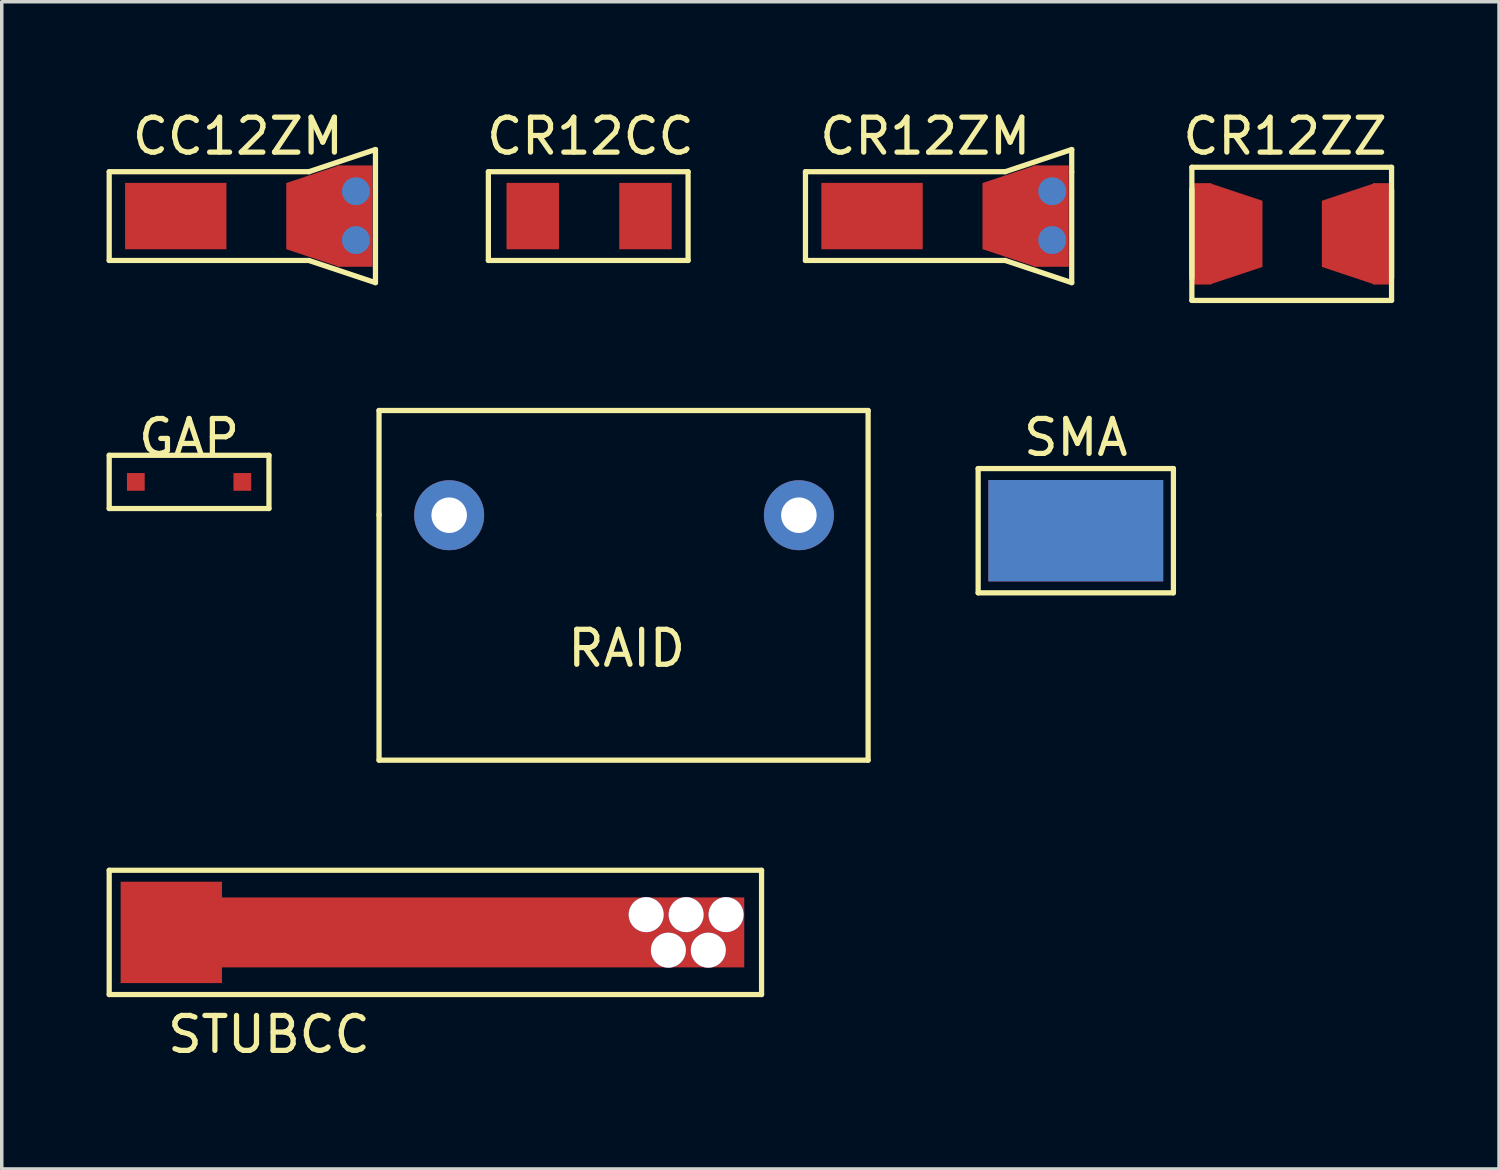
<source format=kicad_pcb>
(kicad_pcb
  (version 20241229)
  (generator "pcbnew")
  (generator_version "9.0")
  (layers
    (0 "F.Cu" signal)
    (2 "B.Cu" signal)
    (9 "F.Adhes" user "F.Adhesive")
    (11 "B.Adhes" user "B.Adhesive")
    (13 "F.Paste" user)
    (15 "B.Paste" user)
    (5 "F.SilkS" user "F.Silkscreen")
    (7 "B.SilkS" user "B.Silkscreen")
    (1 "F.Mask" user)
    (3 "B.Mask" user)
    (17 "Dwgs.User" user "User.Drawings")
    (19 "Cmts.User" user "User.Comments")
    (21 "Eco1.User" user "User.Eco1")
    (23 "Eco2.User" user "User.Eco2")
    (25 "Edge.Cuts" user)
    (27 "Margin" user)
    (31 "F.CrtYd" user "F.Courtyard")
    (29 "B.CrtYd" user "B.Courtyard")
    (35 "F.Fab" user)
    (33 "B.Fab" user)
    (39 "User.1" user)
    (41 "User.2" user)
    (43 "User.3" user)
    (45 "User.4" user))
  (footprint "CR12ZZ"
    (layer "F.Cu")
    (at 33.598 3.642)
    (property "Reference" "CR12ZZ" (at 0.127 -2.794 0) (layer "F.SilkS") (effects (font (size 1 1) (thickness 0.15))))
    (attr through_hole)
    (fp_line (start -2.54 -1.905) (end 3.175 -1.905) (stroke (width 0.15) (type solid)) (layer "F.SilkS"))
    (fp_line (start -2.54 1.27) (end -2.54 -1.27) (stroke (width 0.15) (type solid)) (layer "F.SilkS"))
    (fp_line (start -2.54 1.905) (end -2.54 -1.905) (stroke (width 0.15) (type solid)) (layer "F.SilkS"))
    (fp_line (start 3.175 -1.905) (end 3.175 1.905) (stroke (width 0.15) (type solid)) (layer "F.SilkS"))
    (fp_line (start 3.175 -1.27) (end 3.175 1.27) (stroke (width 0.15) (type solid)) (layer "F.SilkS"))
    (fp_line (start 3.175 1.905) (end -2.54 1.905) (stroke (width 0.15) (type solid)) (layer "F.SilkS"))
    (pad "1" smd rect (at -2.235 0) (size 0.5 2.901) (layers "F.Cu" "F.Mask" "F.Paste"))
    (pad "1" smd trapezoid (at -1.27 0) (size 1.501 2.393) (rect_delta 0.5 0) (layers "F.Cu" "F.Mask" "F.Paste"))
    (pad "2" smd trapezoid (at 1.93 0) (size 1.501 2.393) (rect_delta -0.5 0) (layers "F.Cu" "F.Mask" "F.Paste"))
    (pad "2" smd rect (at 2.896 0) (size 0.5 2.901) (layers "F.Cu" "F.Mask" "F.Paste")))
  (footprint "CR12ZM"
    (layer "F.Cu")
    (at 24.445 3.134)
    (property "Reference" "CR12ZM" (at -1.016 -2.286 0) (layer "F.SilkS") (effects (font (size 1 1) (thickness 0.15))))
    (attr through_hole)
    (fp_line (start -4.445 -1.27) (end -4.445 1.27) (stroke (width 0.15) (type solid)) (layer "F.SilkS"))
    (fp_line (start -4.445 -1.27) (end 1.27 -1.27) (stroke (width 0.15) (type solid)) (layer "F.SilkS"))
    (fp_line (start -4.445 1.27) (end 1.27 1.27) (stroke (width 0.15) (type solid)) (layer "F.SilkS"))
    (fp_line (start 1.27 -1.27) (end 3.175 -1.905) (stroke (width 0.15) (type solid)) (layer "F.SilkS"))
    (fp_line (start 1.27 1.27) (end 3.175 1.905) (stroke (width 0.15) (type solid)) (layer "F.SilkS"))
    (fp_line (start 3.175 -1.905) (end 3.175 -1.27) (stroke (width 0.15) (type solid)) (layer "F.SilkS"))
    (fp_line (start 3.175 1.905) (end 3.175 -1.27) (stroke (width 0.15) (type solid)) (layer "F.SilkS"))
    (pad "1" smd rect (at -2.54 0) (size 2.901 1.9) (layers "F.Cu" "F.Mask" "F.Paste"))
    (pad "2" smd trapezoid (at 1.372 0) (size 1.501 2.393) (rect_delta -0.5 0) (layers "F.Cu" "F.Mask" "F.Paste"))
    (pad "2" smd rect (at 2.591 0) (size 1.001 2.901) (layers "F.Cu" "F.Mask" "F.Paste"))
    (pad "2" thru_hole circle (at 2.616 -0.711) (size 0.8 0.8) (drill 0.000001) (layers "*.Cu" "*.Mask"))
    (pad "2" thru_hole circle (at 2.616 0.686) (size 0.8 0.8) (drill 0.000001) (layers "*.Cu" "*.Mask")))
  (footprint "STUBCC"
    (layer "F.Cu")
    (at 9.473 23.633)
    (property "Reference" "STUBCC" (at -4.826 2.921 0) (layer "F.SilkS") (effects (font (size 1 1) (thickness 0.15))))
    (attr through_hole)
    (fp_line (start -9.398 -1.778) (end -9.398 1.778) (stroke (width 0.15) (type solid)) (layer "F.SilkS"))
    (fp_line (start -9.398 1.778) (end 9.271 1.778) (stroke (width 0.15) (type solid)) (layer "F.SilkS"))
    (fp_line (start 9.271 -1.778) (end -9.398 -1.778) (stroke (width 0.15) (type solid)) (layer "F.SilkS"))
    (fp_line (start 9.271 -1.778) (end 9.271 1.778) (stroke (width 0.15) (type solid)) (layer "F.SilkS"))
    (pad "1" smd rect (at -7.62 0) (size 2.901 2.901) (layers "F.Cu" "F.Mask" "F.Paste"))
    (pad "2" smd rect (at 1.27 0) (size 15.011 2.002) (layers "F.Cu" "F.Mask" "F.Paste"))
    (pad "2" thru_hole circle (at 5.969 -0.508) (size 1.001 1.001) (drill 1.016) (layers "*.Cu" "*.Mask"))
    (pad "2" thru_hole circle (at 6.604 0.508) (size 1.001 1.001) (drill 1.016) (layers "*.Cu" "*.Mask"))
    (pad "2" thru_hole circle (at 7.112 -0.508) (size 1.001 1.001) (drill 1.016) (layers "*.Cu" "*.Mask"))
    (pad "2" thru_hole circle (at 7.747 0.508) (size 1.001 1.001) (drill 1.016) (layers "*.Cu" "*.Mask"))
    (pad "2" thru_hole circle (at 8.255 -0.508) (size 1.001 1.001) (drill 1.016) (layers "*.Cu" "*.Mask")))
  (footprint "CC12ZM"
    (layer "F.Cu")
    (at 4.52 3.134)
    (property "Reference" "CC12ZM" (at -0.762 -2.286 0) (layer "F.SilkS") (effects (font (size 1 1) (thickness 0.15))))
    (attr through_hole)
    (fp_line (start -4.445 -1.27) (end -4.445 1.27) (stroke (width 0.15) (type solid)) (layer "F.SilkS"))
    (fp_line (start -4.445 -1.27) (end 1.27 -1.27) (stroke (width 0.15) (type solid)) (layer "F.SilkS"))
    (fp_line (start -4.445 1.27) (end 1.27 1.27) (stroke (width 0.15) (type solid)) (layer "F.SilkS"))
    (fp_line (start 1.27 -1.27) (end 3.175 -1.905) (stroke (width 0.15) (type solid)) (layer "F.SilkS"))
    (fp_line (start 1.27 1.27) (end 3.175 1.905) (stroke (width 0.15) (type solid)) (layer "F.SilkS"))
    (fp_line (start 3.175 -1.905) (end 3.175 1.905) (stroke (width 0.15) (type solid)) (layer "F.SilkS"))
    (pad "1" smd rect (at -2.54 0) (size 2.901 1.9) (layers "F.Cu" "F.Mask" "F.Paste"))
    (pad "2" smd trapezoid (at 1.372 0) (size 1.501 2.393) (rect_delta -0.5 0) (layers "F.Cu" "F.Mask" "F.Paste"))
    (pad "2" smd rect (at 2.591 0) (size 1.001 2.901) (layers "F.Cu" "F.Mask" "F.Paste"))
    (pad "2" thru_hole circle (at 2.616 -0.711) (size 0.8 0.8) (drill 0.000001) (layers "*.Cu" "*.Mask"))
    (pad "2" thru_hole circle (at 2.616 0.686) (size 0.8 0.8) (drill 0.000001) (layers "*.Cu" "*.Mask")))
  (footprint "CR12CC"
    (layer "F.Cu")
    (at 13.466 3.134)
    (property "Reference" "CR12CC" (at 0.381 -2.286 0) (layer "F.SilkS") (effects (font (size 1 1) (thickness 0.15))))
    (attr through_hole)
    (fp_line (start -2.54 -1.27) (end 3.175 -1.27) (stroke (width 0.15) (type solid)) (layer "F.SilkS"))
    (fp_line (start -2.54 1.27) (end -2.54 -1.27) (stroke (width 0.15) (type solid)) (layer "F.SilkS"))
    (fp_line (start 3.175 -1.27) (end 3.175 1.27) (stroke (width 0.15) (type solid)) (layer "F.SilkS"))
    (fp_line (start 3.175 1.27) (end -2.54 1.27) (stroke (width 0.15) (type solid)) (layer "F.SilkS"))
    (pad "1" smd rect (at -1.27 0) (size 1.501 1.9) (layers "F.Cu" "F.Mask" "F.Paste"))
    (pad "2" smd rect (at 1.956 0) (size 1.501 1.9) (layers "F.Cu" "F.Mask" "F.Paste")))
  (footprint "SMA"
    (layer "F.Cu")
    (at 27.736 12.137)
    (property "Reference" "SMA" (at 0 -2.667 0) (layer "F.SilkS") (effects (font (size 1 1) (thickness 0.15))))
    (attr through_hole)
    (fp_line (start -2.794 -1.778) (end 2.794 -1.778) (stroke (width 0.15) (type solid)) (layer "F.SilkS"))
    (fp_line (start -2.794 1.778) (end -2.794 -1.778) (stroke (width 0.15) (type solid)) (layer "F.SilkS"))
    (fp_line (start 2.794 -1.778) (end 2.794 1.778) (stroke (width 0.15) (type solid)) (layer "F.SilkS"))
    (fp_line (start 2.794 1.778) (end -2.794 1.778) (stroke (width 0.15) (type solid)) (layer "F.SilkS"))
    (pad "1" smd rect (at 0 0) (size 5.004 2.901) (layers "F.Cu" "F.Mask" "F.Paste"))
    (pad "2" smd rect (at 0 0) (size 5.004 2.901) (layers "F.Mask" "B.Cu" "F.Paste")))
  (footprint "RAID"
    (layer "F.Cu")
    (at 15.519 13.599)
    (property "Reference" "RAID" (at -0.635 1.905 0) (layer "F.SilkS") (effects (font (size 1 1) (thickness 0.15))))
    (attr through_hole)
    (fp_line (start -7.722 -4.902) (end 6.274 -4.902) (stroke (width 0.15) (type solid)) (layer "F.SilkS"))
    (fp_line (start -7.722 -1.905) (end -7.722 -4.902) (stroke (width 0.15) (type solid)) (layer "F.SilkS"))
    (fp_line (start -7.722 5.105) (end -7.722 -1.93) (stroke (width 0.15) (type solid)) (layer "F.SilkS"))
    (fp_line (start 6.274 -4.902) (end 6.274 5.105) (stroke (width 0.15) (type solid)) (layer "F.SilkS"))
    (fp_line (start 6.274 5.105) (end -7.722 5.105) (stroke (width 0.15) (type solid)) (layer "F.SilkS"))
    (pad "" thru_hole circle (at -5.715 -1.905) (size 2.002 2.002) (drill 1.016) (layers "*.Cu" "*.Mask"))
    (pad "" thru_hole circle (at 4.293 -1.905) (size 2.002 2.002) (drill 1.016) (layers "*.Cu" "*.Mask")))
  (footprint "GAP"
    (layer "F.Cu")
    (at 2.361 10.741)
    (property "Reference" "GAP" (at 0 -1.27 0) (layer "F.SilkS") (effects (font (size 1 1) (thickness 0.15))))
    (attr through_hole)
    (fp_line (start -2.286 -0.762) (end 2.286 -0.762) (stroke (width 0.15) (type solid)) (layer "F.SilkS"))
    (fp_line (start -2.286 0.762) (end -2.286 -0.762) (stroke (width 0.15) (type solid)) (layer "F.SilkS"))
    (fp_line (start 2.286 -0.762) (end 2.286 0.762) (stroke (width 0.15) (type solid)) (layer "F.SilkS"))
    (fp_line (start 2.286 0.762) (end -2.286 0.762) (stroke (width 0.15) (type solid)) (layer "F.SilkS"))
    (pad "1" smd rect (at -1.524 0) (size 0.508 0.508) (layers "F.Cu" "F.Mask" "F.Paste"))
    (pad "2" smd rect (at 1.524 0) (size 0.508 0.508) (layers "F.Cu" "F.Mask" "F.Paste")))
  (gr_rect
    (start -3 -3)
    (end 39.848 30.402)
    (stroke (width 0.1) (type default))
    (fill no)
    (layer "Edge.Cuts")))
</source>
